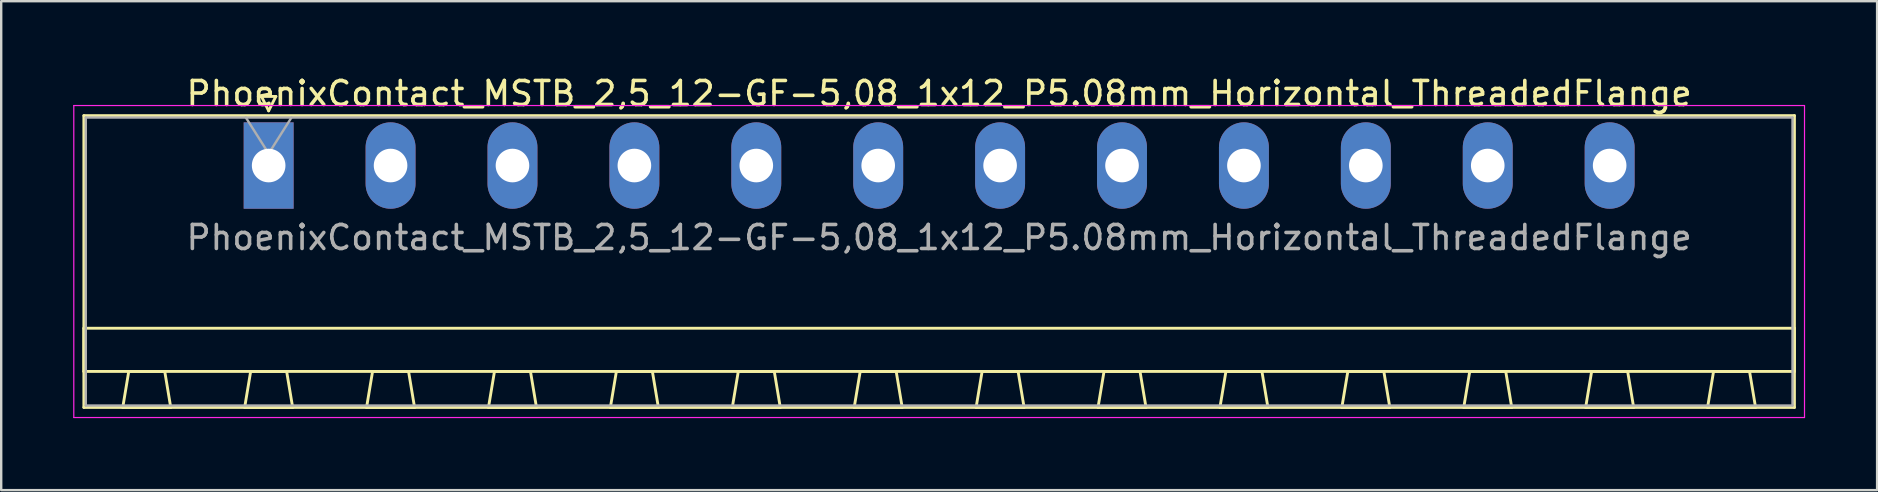
<source format=kicad_pcb>
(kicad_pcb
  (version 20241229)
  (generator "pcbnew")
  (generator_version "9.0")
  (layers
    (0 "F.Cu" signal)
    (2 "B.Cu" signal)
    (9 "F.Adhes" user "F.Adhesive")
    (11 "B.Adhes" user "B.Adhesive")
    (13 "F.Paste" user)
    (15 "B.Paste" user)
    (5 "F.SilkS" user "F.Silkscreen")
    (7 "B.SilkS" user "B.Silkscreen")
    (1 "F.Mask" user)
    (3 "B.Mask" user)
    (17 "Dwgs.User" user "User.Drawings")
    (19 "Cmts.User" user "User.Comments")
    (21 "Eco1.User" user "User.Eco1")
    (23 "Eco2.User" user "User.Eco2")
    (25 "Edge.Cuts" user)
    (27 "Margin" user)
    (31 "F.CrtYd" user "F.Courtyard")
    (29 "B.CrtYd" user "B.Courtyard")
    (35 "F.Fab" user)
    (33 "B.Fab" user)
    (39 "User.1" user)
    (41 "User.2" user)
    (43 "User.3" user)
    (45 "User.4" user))
  (footprint "PhoenixContact_MSTB_2,5_12-GF-5,08_1x12_P5.08mm_Horizontal_ThreadedFlange"
    (layer "F.Cu")
    (at 8.145 3.848)
    (property "Reference" "PhoenixContact_MSTB_2,5_12-GF-5,08_1x12_P5.08mm_Horizontal_ThreadedFlange" (at 27.94 -3 0) (layer "F.SilkS") (effects (font (size 1 1) (thickness 0.15))))
    (attr through_hole)
    (fp_line (start -7.7 -2.08) (end -7.7 10.08) (stroke (width 0.12) (type solid)) (layer "F.SilkS"))
    (fp_line (start -7.7 6.78) (end 63.58 6.78) (stroke (width 0.12) (type solid)) (layer "F.SilkS"))
    (fp_line (start -7.7 8.58) (end -7.7 6.78) (stroke (width 0.12) (type solid)) (layer "F.SilkS"))
    (fp_line (start -7.7 10.08) (end 63.58 10.08) (stroke (width 0.12) (type solid)) (layer "F.SilkS"))
    (fp_line (start -6.08 10.08) (end -4.08 10.08) (stroke (width 0.12) (type solid)) (layer "F.SilkS"))
    (fp_line (start -5.83 8.58) (end -6.08 10.08) (stroke (width 0.12) (type solid)) (layer "F.SilkS"))
    (fp_line (start -4.33 8.58) (end -5.83 8.58) (stroke (width 0.12) (type solid)) (layer "F.SilkS"))
    (fp_line (start -4.08 10.08) (end -4.33 8.58) (stroke (width 0.12) (type solid)) (layer "F.SilkS"))
    (fp_line (start -1 10.08) (end 1 10.08) (stroke (width 0.12) (type solid)) (layer "F.SilkS"))
    (fp_line (start -0.75 8.58) (end -1 10.08) (stroke (width 0.12) (type solid)) (layer "F.SilkS"))
    (fp_line (start -0.3 -2.88) (end 0.3 -2.88) (stroke (width 0.12) (type solid)) (layer "F.SilkS"))
    (fp_line (start 0 -2.28) (end -0.3 -2.88) (stroke (width 0.12) (type solid)) (layer "F.SilkS"))
    (fp_line (start 0.3 -2.88) (end 0 -2.28) (stroke (width 0.12) (type solid)) (layer "F.SilkS"))
    (fp_line (start 0.75 8.58) (end -0.75 8.58) (stroke (width 0.12) (type solid)) (layer "F.SilkS"))
    (fp_line (start 1 10.08) (end 0.75 8.58) (stroke (width 0.12) (type solid)) (layer "F.SilkS"))
    (fp_line (start 4.08 10.08) (end 6.08 10.08) (stroke (width 0.12) (type solid)) (layer "F.SilkS"))
    (fp_line (start 4.33 8.58) (end 4.08 10.08) (stroke (width 0.12) (type solid)) (layer "F.SilkS"))
    (fp_line (start 5.83 8.58) (end 4.33 8.58) (stroke (width 0.12) (type solid)) (layer "F.SilkS"))
    (fp_line (start 6.08 10.08) (end 5.83 8.58) (stroke (width 0.12) (type solid)) (layer "F.SilkS"))
    (fp_line (start 9.16 10.08) (end 11.16 10.08) (stroke (width 0.12) (type solid)) (layer "F.SilkS"))
    (fp_line (start 9.41 8.58) (end 9.16 10.08) (stroke (width 0.12) (type solid)) (layer "F.SilkS"))
    (fp_line (start 10.91 8.58) (end 9.41 8.58) (stroke (width 0.12) (type solid)) (layer "F.SilkS"))
    (fp_line (start 11.16 10.08) (end 10.91 8.58) (stroke (width 0.12) (type solid)) (layer "F.SilkS"))
    (fp_line (start 14.24 10.08) (end 16.24 10.08) (stroke (width 0.12) (type solid)) (layer "F.SilkS"))
    (fp_line (start 14.49 8.58) (end 14.24 10.08) (stroke (width 0.12) (type solid)) (layer "F.SilkS"))
    (fp_line (start 15.99 8.58) (end 14.49 8.58) (stroke (width 0.12) (type solid)) (layer "F.SilkS"))
    (fp_line (start 16.24 10.08) (end 15.99 8.58) (stroke (width 0.12) (type solid)) (layer "F.SilkS"))
    (fp_line (start 19.32 10.08) (end 21.32 10.08) (stroke (width 0.12) (type solid)) (layer "F.SilkS"))
    (fp_line (start 19.57 8.58) (end 19.32 10.08) (stroke (width 0.12) (type solid)) (layer "F.SilkS"))
    (fp_line (start 21.07 8.58) (end 19.57 8.58) (stroke (width 0.12) (type solid)) (layer "F.SilkS"))
    (fp_line (start 21.32 10.08) (end 21.07 8.58) (stroke (width 0.12) (type solid)) (layer "F.SilkS"))
    (fp_line (start 24.4 10.08) (end 26.4 10.08) (stroke (width 0.12) (type solid)) (layer "F.SilkS"))
    (fp_line (start 24.65 8.58) (end 24.4 10.08) (stroke (width 0.12) (type solid)) (layer "F.SilkS"))
    (fp_line (start 26.15 8.58) (end 24.65 8.58) (stroke (width 0.12) (type solid)) (layer "F.SilkS"))
    (fp_line (start 26.4 10.08) (end 26.15 8.58) (stroke (width 0.12) (type solid)) (layer "F.SilkS"))
    (fp_line (start 29.48 10.08) (end 31.48 10.08) (stroke (width 0.12) (type solid)) (layer "F.SilkS"))
    (fp_line (start 29.73 8.58) (end 29.48 10.08) (stroke (width 0.12) (type solid)) (layer "F.SilkS"))
    (fp_line (start 31.23 8.58) (end 29.73 8.58) (stroke (width 0.12) (type solid)) (layer "F.SilkS"))
    (fp_line (start 31.48 10.08) (end 31.23 8.58) (stroke (width 0.12) (type solid)) (layer "F.SilkS"))
    (fp_line (start 34.56 10.08) (end 36.56 10.08) (stroke (width 0.12) (type solid)) (layer "F.SilkS"))
    (fp_line (start 34.81 8.58) (end 34.56 10.08) (stroke (width 0.12) (type solid)) (layer "F.SilkS"))
    (fp_line (start 36.31 8.58) (end 34.81 8.58) (stroke (width 0.12) (type solid)) (layer "F.SilkS"))
    (fp_line (start 36.56 10.08) (end 36.31 8.58) (stroke (width 0.12) (type solid)) (layer "F.SilkS"))
    (fp_line (start 39.64 10.08) (end 41.64 10.08) (stroke (width 0.12) (type solid)) (layer "F.SilkS"))
    (fp_line (start 39.89 8.58) (end 39.64 10.08) (stroke (width 0.12) (type solid)) (layer "F.SilkS"))
    (fp_line (start 41.39 8.58) (end 39.89 8.58) (stroke (width 0.12) (type solid)) (layer "F.SilkS"))
    (fp_line (start 41.64 10.08) (end 41.39 8.58) (stroke (width 0.12) (type solid)) (layer "F.SilkS"))
    (fp_line (start 44.72 10.08) (end 46.72 10.08) (stroke (width 0.12) (type solid)) (layer "F.SilkS"))
    (fp_line (start 44.97 8.58) (end 44.72 10.08) (stroke (width 0.12) (type solid)) (layer "F.SilkS"))
    (fp_line (start 46.47 8.58) (end 44.97 8.58) (stroke (width 0.12) (type solid)) (layer "F.SilkS"))
    (fp_line (start 46.72 10.08) (end 46.47 8.58) (stroke (width 0.12) (type solid)) (layer "F.SilkS"))
    (fp_line (start 49.8 10.08) (end 51.8 10.08) (stroke (width 0.12) (type solid)) (layer "F.SilkS"))
    (fp_line (start 50.05 8.58) (end 49.8 10.08) (stroke (width 0.12) (type solid)) (layer "F.SilkS"))
    (fp_line (start 51.55 8.58) (end 50.05 8.58) (stroke (width 0.12) (type solid)) (layer "F.SilkS"))
    (fp_line (start 51.8 10.08) (end 51.55 8.58) (stroke (width 0.12) (type solid)) (layer "F.SilkS"))
    (fp_line (start 54.88 10.08) (end 56.88 10.08) (stroke (width 0.12) (type solid)) (layer "F.SilkS"))
    (fp_line (start 55.13 8.58) (end 54.88 10.08) (stroke (width 0.12) (type solid)) (layer "F.SilkS"))
    (fp_line (start 56.63 8.58) (end 55.13 8.58) (stroke (width 0.12) (type solid)) (layer "F.SilkS"))
    (fp_line (start 56.88 10.08) (end 56.63 8.58) (stroke (width 0.12) (type solid)) (layer "F.SilkS"))
    (fp_line (start 59.96 10.08) (end 61.96 10.08) (stroke (width 0.12) (type solid)) (layer "F.SilkS"))
    (fp_line (start 60.21 8.58) (end 59.96 10.08) (stroke (width 0.12) (type solid)) (layer "F.SilkS"))
    (fp_line (start 61.71 8.58) (end 60.21 8.58) (stroke (width 0.12) (type solid)) (layer "F.SilkS"))
    (fp_line (start 61.96 10.08) (end 61.71 8.58) (stroke (width 0.12) (type solid)) (layer "F.SilkS"))
    (fp_line (start 63.58 -2.08) (end -7.7 -2.08) (stroke (width 0.12) (type solid)) (layer "F.SilkS"))
    (fp_line (start 63.58 6.78) (end 63.58 8.58) (stroke (width 0.12) (type solid)) (layer "F.SilkS"))
    (fp_line (start 63.58 8.58) (end -7.7 8.58) (stroke (width 0.12) (type solid)) (layer "F.SilkS"))
    (fp_line (start 63.58 10.08) (end 63.58 -2.08) (stroke (width 0.12) (type solid)) (layer "F.SilkS"))
    (fp_line (start -8.12 -2.5) (end -8.12 10.5) (stroke (width 0.05) (type solid)) (layer "F.CrtYd"))
    (fp_line (start -8.12 10.5) (end 64 10.5) (stroke (width 0.05) (type solid)) (layer "F.CrtYd"))
    (fp_line (start 64 -2.5) (end -8.12 -2.5) (stroke (width 0.05) (type solid)) (layer "F.CrtYd"))
    (fp_line (start 64 10.5) (end 64 -2.5) (stroke (width 0.05) (type solid)) (layer "F.CrtYd"))
    (fp_line (start -7.62 -2) (end -7.62 10) (stroke (width 0.1) (type solid)) (layer "F.Fab"))
    (fp_line (start -7.62 10) (end 63.5 10) (stroke (width 0.1) (type solid)) (layer "F.Fab"))
    (fp_line (start 0 -0.5) (end -0.95 -2) (stroke (width 0.1) (type solid)) (layer "F.Fab"))
    (fp_line (start 0.95 -2) (end 0 -0.5) (stroke (width 0.1) (type solid)) (layer "F.Fab"))
    (fp_line (start 63.5 -2) (end -7.62 -2) (stroke (width 0.1) (type solid)) (layer "F.Fab"))
    (fp_line (start 63.5 10) (end 63.5 -2) (stroke (width 0.1) (type solid)) (layer "F.Fab"))
    (fp_text user "${REFERENCE}" (at 27.94 3 0) (layer "F.Fab") (effects (font (size 1 1) (thickness 0.15))))
    (pad "1" thru_hole rect (at 0 0) (size 2.08 3.6) (drill 1.4) (layers "*.Cu" "*.Mask"))
    (pad "2" thru_hole oval (at 5.08 0) (size 2.08 3.6) (drill 1.4) (layers "*.Cu" "*.Mask"))
    (pad "3" thru_hole oval (at 10.16 0) (size 2.08 3.6) (drill 1.4) (layers "*.Cu" "*.Mask"))
    (pad "4" thru_hole oval (at 15.24 0) (size 2.08 3.6) (drill 1.4) (layers "*.Cu" "*.Mask"))
    (pad "5" thru_hole oval (at 20.32 0) (size 2.08 3.6) (drill 1.4) (layers "*.Cu" "*.Mask"))
    (pad "6" thru_hole oval (at 25.4 0) (size 2.08 3.6) (drill 1.4) (layers "*.Cu" "*.Mask"))
    (pad "7" thru_hole oval (at 30.48 0) (size 2.08 3.6) (drill 1.4) (layers "*.Cu" "*.Mask"))
    (pad "8" thru_hole oval (at 35.56 0) (size 2.08 3.6) (drill 1.4) (layers "*.Cu" "*.Mask"))
    (pad "9" thru_hole oval (at 40.64 0) (size 2.08 3.6) (drill 1.4) (layers "*.Cu" "*.Mask"))
    (pad "10" thru_hole oval (at 45.72 0) (size 2.08 3.6) (drill 1.4) (layers "*.Cu" "*.Mask"))
    (pad "11" thru_hole oval (at 50.8 0) (size 2.08 3.6) (drill 1.4) (layers "*.Cu" "*.Mask"))
    (pad "12" thru_hole oval (at 55.88 0) (size 2.08 3.6) (drill 1.4) (layers "*.Cu" "*.Mask")))
  (gr_rect
    (start -3 -3)
    (end 75.17 17.373)
    (stroke (width 0.1) (type default))
    (fill no)
    (layer "Edge.Cuts")))
</source>
